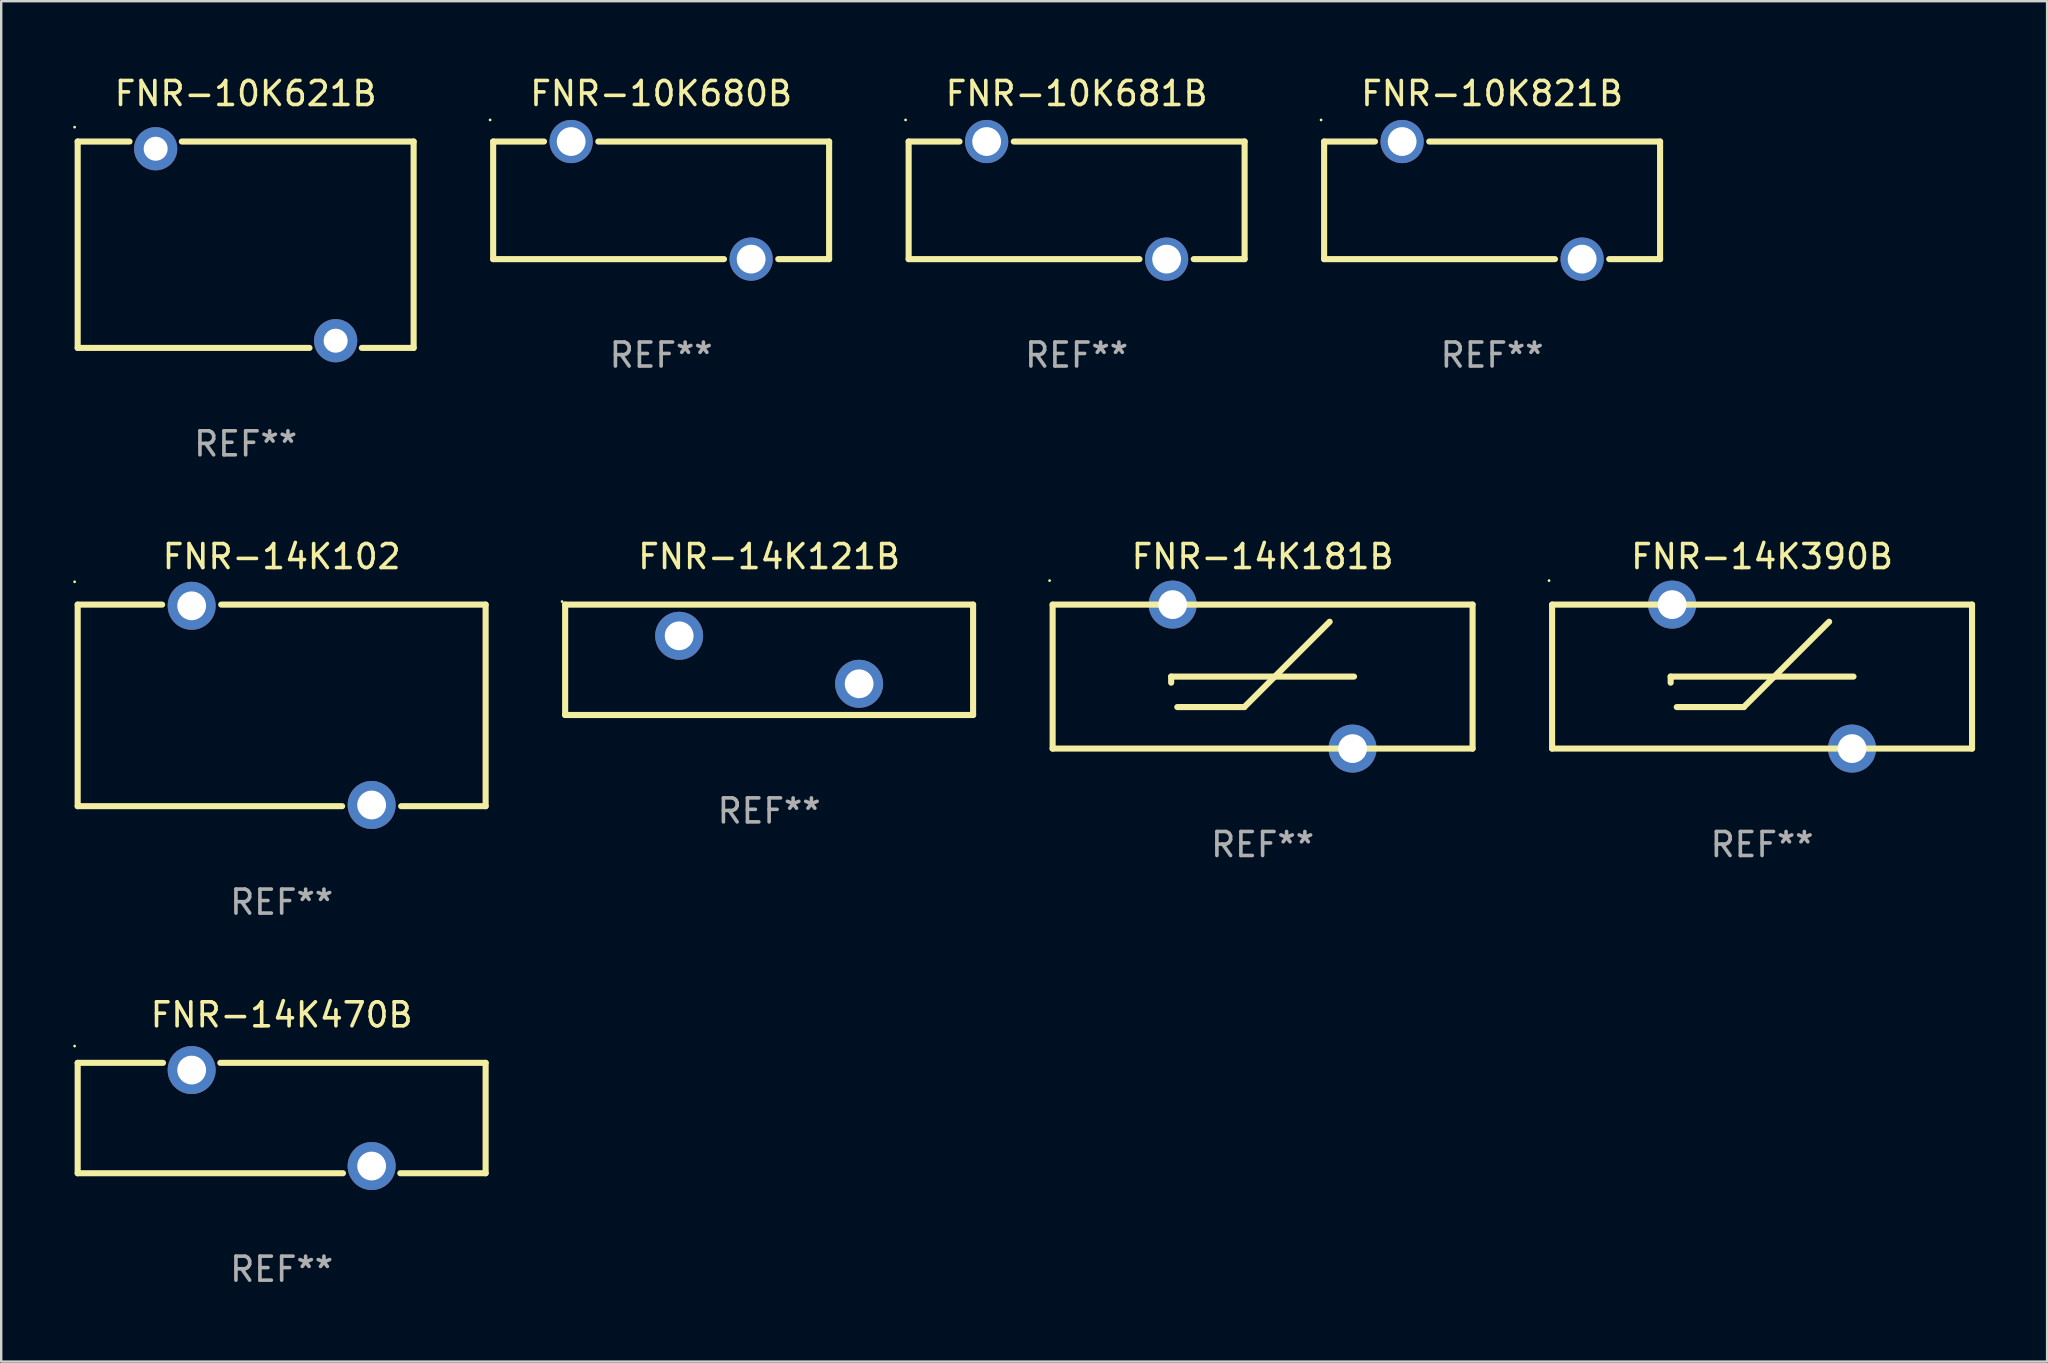
<source format=kicad_pcb>
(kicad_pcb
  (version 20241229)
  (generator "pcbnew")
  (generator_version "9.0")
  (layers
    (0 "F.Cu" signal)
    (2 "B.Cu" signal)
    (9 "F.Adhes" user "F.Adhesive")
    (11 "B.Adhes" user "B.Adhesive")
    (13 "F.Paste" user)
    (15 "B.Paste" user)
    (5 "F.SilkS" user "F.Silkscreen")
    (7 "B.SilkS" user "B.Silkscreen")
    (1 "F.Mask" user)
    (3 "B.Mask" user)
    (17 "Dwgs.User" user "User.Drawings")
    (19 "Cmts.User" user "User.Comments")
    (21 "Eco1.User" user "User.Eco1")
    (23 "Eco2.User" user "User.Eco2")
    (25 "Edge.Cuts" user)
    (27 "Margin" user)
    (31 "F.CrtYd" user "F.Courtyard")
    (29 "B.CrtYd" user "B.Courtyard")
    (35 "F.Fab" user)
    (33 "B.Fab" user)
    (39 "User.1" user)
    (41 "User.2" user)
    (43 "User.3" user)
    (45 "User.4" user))
  (footprint "FNR-14K181B"
    (layer "F.Cu")
    (at 49.565 25.145)
    (property "Reference" "FNR-14K181B" (at 0 -5 0) (layer "F.SilkS") (effects (font (size 1 1) (thickness 0.15))))
    (attr through_hole)
    (fp_line (start -8.75 -3) (end -8.75 3) (stroke (width 0.254) (type solid)) (layer "F.SilkS"))
    (fp_line (start -8.75 -3) (end 8.75 -3) (stroke (width 0.254) (type solid)) (layer "F.SilkS"))
    (fp_line (start -3.81 0) (end 3.81 0) (stroke (width 0.254) (type solid)) (layer "F.SilkS"))
    (fp_line (start -3.81 0.254) (end -3.81 0) (stroke (width 0.254) (type solid)) (layer "F.SilkS"))
    (fp_line (start -3.556 1.27) (end -0.762 1.27) (stroke (width 0.254) (type solid)) (layer "F.SilkS"))
    (fp_line (start -0.762 1.27) (end 2.794 -2.286) (stroke (width 0.254) (type solid)) (layer "F.SilkS"))
    (fp_line (start 8.75 3) (end -8.75 3) (stroke (width 0.254) (type solid)) (layer "F.SilkS"))
    (fp_line (start 8.75 3) (end 8.75 -3) (stroke (width 0.254) (type solid)) (layer "F.SilkS"))
    (fp_circle (center -8.877 -4) (end -8.847 -4) (stroke (width 0.06) (type solid)) (fill no) (layer "F.SilkS"))
    (fp_text user "REF**" (at 0 7 0) (layer "F.Fab") (effects (font (size 1 1) (thickness 0.15))))
    (pad "1" thru_hole circle (at -3.749 -3) (size 2 2) (drill 1.2) (layers "*.Cu" "*.Mask"))
    (pad "2" thru_hole circle (at 3.749 3) (size 2 2) (drill 1.2) (layers "*.Cu" "*.Mask")))
  (footprint "FNR-10K680B"
    (layer "F.Cu")
    (at 24.501 5.298)
    (property "Reference" "FNR-10K680B" (at 0 -4.45 0) (layer "F.SilkS") (effects (font (size 1 1) (thickness 0.15))))
    (attr through_hole)
    (fp_line (start -7 -2.45) (end -4.881 -2.45) (stroke (width 0.254) (type solid)) (layer "F.SilkS"))
    (fp_line (start -7 2.45) (end -7 -2.45) (stroke (width 0.254) (type solid)) (layer "F.SilkS"))
    (fp_line (start -7 2.45) (end 2.619 2.45) (stroke (width 0.254) (type solid)) (layer "F.SilkS"))
    (fp_line (start -2.619 -2.45) (end 7 -2.45) (stroke (width 0.254) (type solid)) (layer "F.SilkS"))
    (fp_line (start 4.881 2.45) (end 7 2.45) (stroke (width 0.254) (type solid)) (layer "F.SilkS"))
    (fp_line (start 7 -2.45) (end 7 2.45) (stroke (width 0.254) (type solid)) (layer "F.SilkS"))
    (fp_circle (center -7.127 -3.35) (end -7.097 -3.35) (stroke (width 0.06) (type solid)) (fill no) (layer "F.SilkS"))
    (fp_text user "REF**" (at 0 6.45 0) (layer "F.Fab") (effects (font (size 1 1) (thickness 0.15))))
    (pad "1" thru_hole circle (at -3.75 -2.45) (size 1.8 1.8) (drill 1.2) (layers "*.Cu" "*.Mask"))
    (pad "2" thru_hole circle (at 3.75 2.45) (size 1.8 1.8) (drill 1.2) (layers "*.Cu" "*.Mask")))
  (footprint "FNR-14K102"
    (layer "F.Cu")
    (at 8.687 26.345)
    (property "Reference" "FNR-14K102" (at 0 -6.2 0) (layer "F.SilkS") (effects (font (size 1 1) (thickness 0.15))))
    (attr through_hole)
    (fp_line (start -8.5 -4.2) (end -8.5 4.2) (stroke (width 0.254) (type solid)) (layer "F.SilkS"))
    (fp_line (start -8.5 -4.2) (end -4.98 -4.2) (stroke (width 0.254) (type solid)) (layer "F.SilkS"))
    (fp_line (start -8.5 4.2) (end 2.52 4.2) (stroke (width 0.254) (type solid)) (layer "F.SilkS"))
    (fp_line (start -2.52 -4.2) (end 8.5 -4.2) (stroke (width 0.254) (type solid)) (layer "F.SilkS"))
    (fp_line (start 4.98 4.2) (end 8.5 4.2) (stroke (width 0.254) (type solid)) (layer "F.SilkS"))
    (fp_line (start 8.5 -4.2) (end 8.5 4.2) (stroke (width 0.254) (type solid)) (layer "F.SilkS"))
    (fp_circle (center -8.627 -5.15) (end -8.597 -5.15) (stroke (width 0.06) (type solid)) (fill no) (layer "F.SilkS"))
    (fp_text user "REF**" (at 0 8.2 0) (layer "F.Fab") (effects (font (size 1 1) (thickness 0.15))))
    (pad "1" thru_hole circle (at -3.75 -4.15) (size 2 2) (drill 1.2) (layers "*.Cu" "*.Mask"))
    (pad "2" thru_hole circle (at 3.75 4.15) (size 2 2) (drill 1.2) (layers "*.Cu" "*.Mask")))
  (footprint "FNR-10K681B"
    (layer "F.Cu")
    (at 41.815 5.298)
    (property "Reference" "FNR-10K681B" (at 0 -4.45 0) (layer "F.SilkS") (effects (font (size 1 1) (thickness 0.15))))
    (attr through_hole)
    (fp_line (start -7 -2.45) (end -4.881 -2.45) (stroke (width 0.254) (type solid)) (layer "F.SilkS"))
    (fp_line (start -7 2.45) (end -7 -2.45) (stroke (width 0.254) (type solid)) (layer "F.SilkS"))
    (fp_line (start -7 2.45) (end 2.619 2.45) (stroke (width 0.254) (type solid)) (layer "F.SilkS"))
    (fp_line (start -2.619 -2.45) (end 7 -2.45) (stroke (width 0.254) (type solid)) (layer "F.SilkS"))
    (fp_line (start 4.881 2.45) (end 7 2.45) (stroke (width 0.254) (type solid)) (layer "F.SilkS"))
    (fp_line (start 7 -2.45) (end 7 2.45) (stroke (width 0.254) (type solid)) (layer "F.SilkS"))
    (fp_circle (center -7.127 -3.35) (end -7.097 -3.35) (stroke (width 0.06) (type solid)) (fill no) (layer "F.SilkS"))
    (fp_text user "REF**" (at 0 6.45 0) (layer "F.Fab") (effects (font (size 1 1) (thickness 0.15))))
    (pad "1" thru_hole circle (at -3.75 -2.45) (size 1.8 1.8) (drill 1.2) (layers "*.Cu" "*.Mask"))
    (pad "2" thru_hole circle (at 3.75 2.45) (size 1.8 1.8) (drill 1.2) (layers "*.Cu" "*.Mask")))
  (footprint "FNR-14K390B"
    (layer "F.Cu")
    (at 70.379 25.145)
    (property "Reference" "FNR-14K390B" (at 0 -5 0) (layer "F.SilkS") (effects (font (size 1 1) (thickness 0.15))))
    (attr through_hole)
    (fp_line (start -8.75 -3) (end -8.75 3) (stroke (width 0.254) (type solid)) (layer "F.SilkS"))
    (fp_line (start -8.75 -3) (end 8.75 -3) (stroke (width 0.254) (type solid)) (layer "F.SilkS"))
    (fp_line (start -3.81 0) (end 3.81 0) (stroke (width 0.254) (type solid)) (layer "F.SilkS"))
    (fp_line (start -3.81 0.254) (end -3.81 0) (stroke (width 0.254) (type solid)) (layer "F.SilkS"))
    (fp_line (start -3.556 1.27) (end -0.762 1.27) (stroke (width 0.254) (type solid)) (layer "F.SilkS"))
    (fp_line (start -0.762 1.27) (end 2.794 -2.286) (stroke (width 0.254) (type solid)) (layer "F.SilkS"))
    (fp_line (start 8.75 3) (end -8.75 3) (stroke (width 0.254) (type solid)) (layer "F.SilkS"))
    (fp_line (start 8.75 3) (end 8.75 -3) (stroke (width 0.254) (type solid)) (layer "F.SilkS"))
    (fp_circle (center -8.877 -4) (end -8.847 -4) (stroke (width 0.06) (type solid)) (fill no) (layer "F.SilkS"))
    (fp_text user "REF**" (at 0 7 0) (layer "F.Fab") (effects (font (size 1 1) (thickness 0.15))))
    (pad "1" thru_hole circle (at -3.749 -3) (size 2 2) (drill 1.2) (layers "*.Cu" "*.Mask"))
    (pad "2" thru_hole circle (at 3.749 3) (size 2 2) (drill 1.2) (layers "*.Cu" "*.Mask")))
  (footprint "FNR-14K121B"
    (layer "F.Cu")
    (at 29.001 24.445)
    (property "Reference" "FNR-14K121B" (at 0 -4.3 0) (layer "F.SilkS") (effects (font (size 1 1) (thickness 0.15))))
    (attr through_hole)
    (fp_line (start -8.5 -2.3) (end -8.5 2.3) (stroke (width 0.254) (type solid)) (layer "F.SilkS"))
    (fp_line (start -8.5 -2.3) (end 8.5 -2.3) (stroke (width 0.254) (type solid)) (layer "F.SilkS"))
    (fp_line (start -8.5 2.3) (end 8.5 2.3) (stroke (width 0.254) (type solid)) (layer "F.SilkS"))
    (fp_line (start 8.5 -2.3) (end 8.5 2.3) (stroke (width 0.254) (type solid)) (layer "F.SilkS"))
    (fp_circle (center -8.627 -2.427) (end -8.597 -2.427) (stroke (width 0.06) (type solid)) (fill no) (layer "F.SilkS"))
    (fp_text user "REF**" (at 0 6.3 0) (layer "F.Fab") (effects (font (size 1 1) (thickness 0.15))))
    (pad "1" thru_hole circle (at -3.75 -1) (size 2 2) (drill 1.2) (layers "*.Cu" "*.Mask"))
    (pad "2" thru_hole circle (at 3.75 1) (size 2 2) (drill 1.2) (layers "*.Cu" "*.Mask")))
  (footprint "FNR-10K821B"
    (layer "F.Cu")
    (at 59.129 5.298)
    (property "Reference" "FNR-10K821B" (at 0 -4.45 0) (layer "F.SilkS") (effects (font (size 1 1) (thickness 0.15))))
    (attr through_hole)
    (fp_line (start -7 -2.45) (end -4.881 -2.45) (stroke (width 0.254) (type solid)) (layer "F.SilkS"))
    (fp_line (start -7 2.45) (end -7 -2.45) (stroke (width 0.254) (type solid)) (layer "F.SilkS"))
    (fp_line (start -7 2.45) (end 2.619 2.45) (stroke (width 0.254) (type solid)) (layer "F.SilkS"))
    (fp_line (start -2.619 -2.45) (end 7 -2.45) (stroke (width 0.254) (type solid)) (layer "F.SilkS"))
    (fp_line (start 4.881 2.45) (end 7 2.45) (stroke (width 0.254) (type solid)) (layer "F.SilkS"))
    (fp_line (start 7 -2.45) (end 7 2.45) (stroke (width 0.254) (type solid)) (layer "F.SilkS"))
    (fp_circle (center -7.127 -3.35) (end -7.097 -3.35) (stroke (width 0.06) (type solid)) (fill no) (layer "F.SilkS"))
    (fp_text user "REF**" (at 0 6.45 0) (layer "F.Fab") (effects (font (size 1 1) (thickness 0.15))))
    (pad "1" thru_hole circle (at -3.75 -2.45) (size 1.8 1.8) (drill 1.2) (layers "*.Cu" "*.Mask"))
    (pad "2" thru_hole circle (at 3.75 2.45) (size 1.8 1.8) (drill 1.2) (layers "*.Cu" "*.Mask")))
  (footprint "FNR-14K470B"
    (layer "F.Cu")
    (at 8.687 43.541)
    (property "Reference" "FNR-14K470B" (at 0 -4.3 0) (layer "F.SilkS") (effects (font (size 1 1) (thickness 0.15))))
    (attr through_hole)
    (fp_line (start -8.5 -2.3) (end -8.5 2.3) (stroke (width 0.254) (type solid)) (layer "F.SilkS"))
    (fp_line (start -8.5 -2.3) (end -4.944 -2.3) (stroke (width 0.254) (type solid)) (layer "F.SilkS"))
    (fp_line (start -8.5 2.3) (end 2.556 2.3) (stroke (width 0.254) (type solid)) (layer "F.SilkS"))
    (fp_line (start -2.556 -2.3) (end 8.5 -2.3) (stroke (width 0.254) (type solid)) (layer "F.SilkS"))
    (fp_line (start 4.944 2.3) (end 8.5 2.3) (stroke (width 0.254) (type solid)) (layer "F.SilkS"))
    (fp_line (start 8.5 -2.3) (end 8.5 2.3) (stroke (width 0.254) (type solid)) (layer "F.SilkS"))
    (fp_circle (center -8.627 -3) (end -8.597 -3) (stroke (width 0.06) (type solid)) (fill no) (layer "F.SilkS"))
    (fp_text user "REF**" (at 0 6.3 0) (layer "F.Fab") (effects (font (size 1 1) (thickness 0.15))))
    (pad "1" thru_hole circle (at -3.75 -2) (size 2 2) (drill 1.2) (layers "*.Cu" "*.Mask"))
    (pad "2" thru_hole circle (at 3.75 2) (size 2 2) (drill 1.2) (layers "*.Cu" "*.Mask")))
  (footprint "FNR-10K621B"
    (layer "F.Cu")
    (at 7.187 7.148)
    (property "Reference" "FNR-10K621B" (at 0 -6.3 0) (layer "F.SilkS") (effects (font (size 1 1) (thickness 0.15))))
    (attr through_hole)
    (fp_line (start -7 -4.3) (end -7 4.3) (stroke (width 0.254) (type solid)) (layer "F.SilkS"))
    (fp_line (start -7 -4.3) (end -4.841 -4.3) (stroke (width 0.254) (type solid)) (layer "F.SilkS"))
    (fp_line (start -7 4.3) (end 2.66 4.3) (stroke (width 0.254) (type solid)) (layer "F.SilkS"))
    (fp_line (start -2.66 -4.3) (end 7 -4.3) (stroke (width 0.254) (type solid)) (layer "F.SilkS"))
    (fp_line (start 4.841 4.3) (end 7 4.3) (stroke (width 0.254) (type solid)) (layer "F.SilkS"))
    (fp_line (start 7 -4.3) (end 7 4.3) (stroke (width 0.254) (type solid)) (layer "F.SilkS"))
    (fp_circle (center -7.127 -4.9) (end -7.097 -4.9) (stroke (width 0.06) (type solid)) (fill no) (layer "F.SilkS"))
    (fp_text user "REF**" (at 0 8.3 0) (layer "F.Fab") (effects (font (size 1 1) (thickness 0.15))))
    (pad "1" thru_hole circle (at -3.75 -4) (size 1.8 1.8) (drill 1) (layers "*.Cu" "*.Mask"))
    (pad "2" thru_hole circle (at 3.75 4) (size 1.8 1.8) (drill 1) (layers "*.Cu" "*.Mask")))
  (gr_rect
    (start -3 -3)
    (end 82.256 53.69)
    (stroke (width 0.1) (type default))
    (fill no)
    (layer "Edge.Cuts")))
</source>
